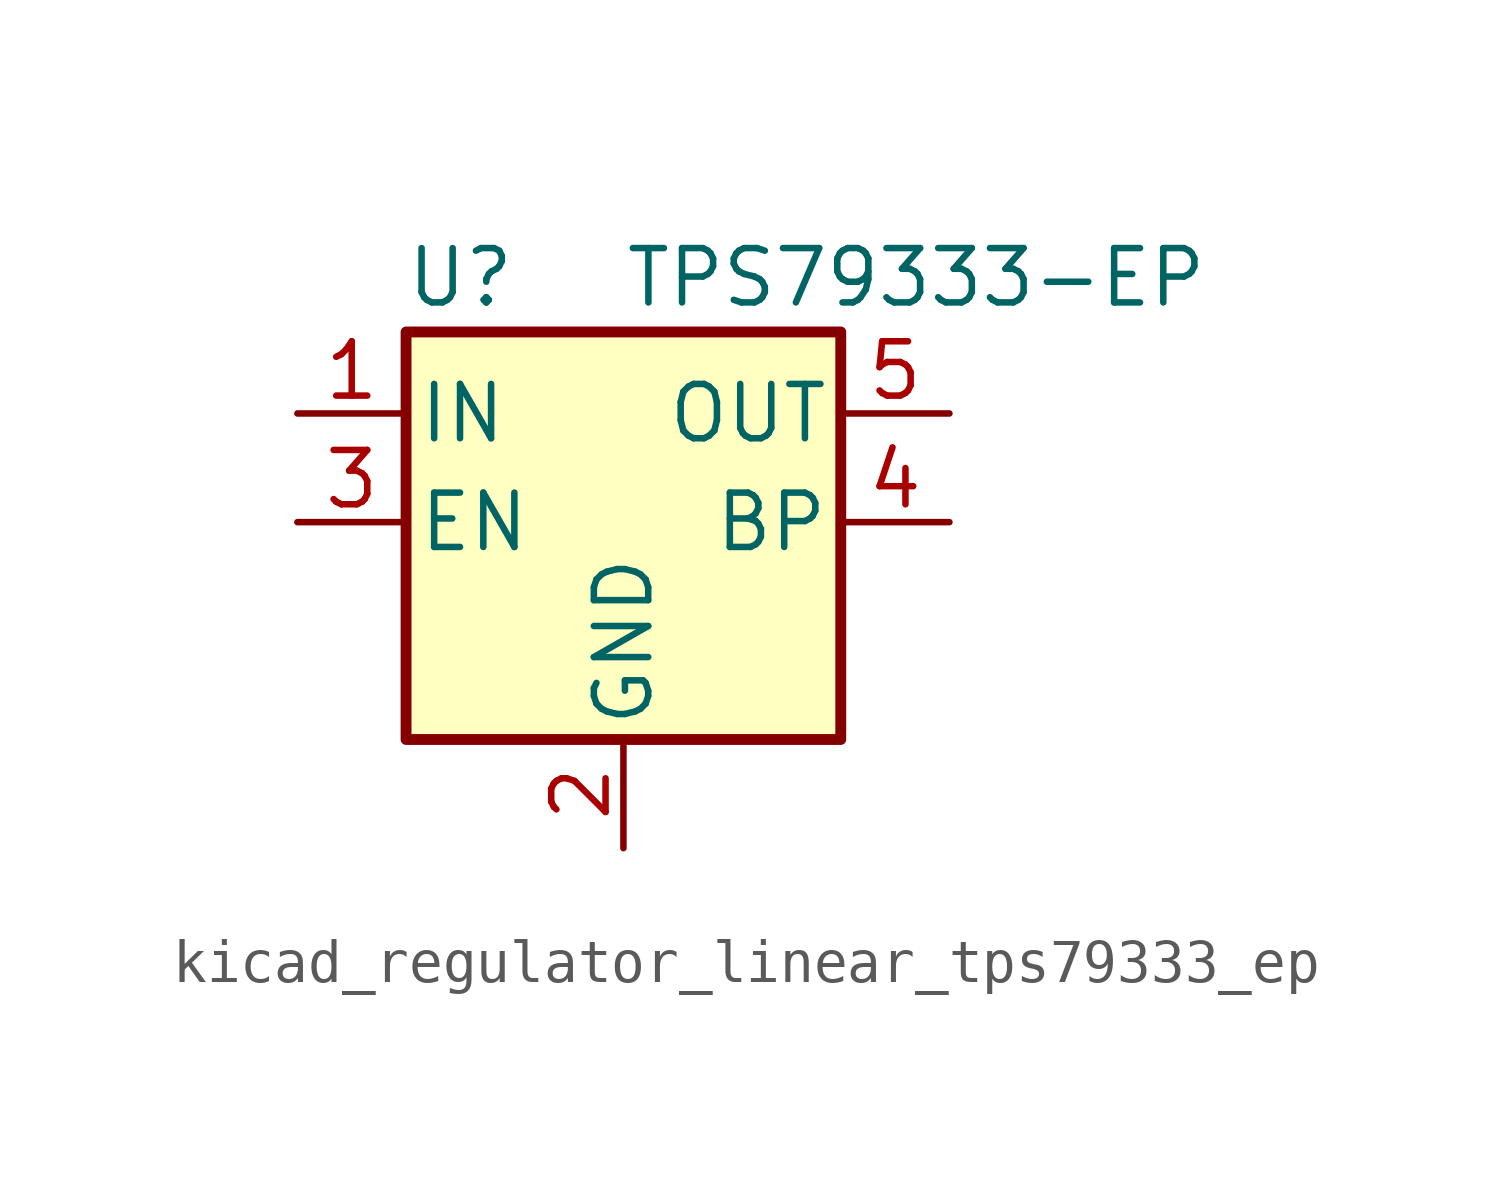
<source format=kicad_sym>
(kicad_symbol_lib
  (version 20220914)
  (generator kicad_symbol_editor)
  (symbol "kicad_regulator_linear_tps79333_ep"
    (pin_names
      (offset 0.254))
    (property "Reference" "U"
      (at -3.81 5.715 0)
      (effects (font (size 1.27 1.27))))
    (property "Value" "TPS79333-EP"
      (at 0 5.715 0)
      (effects (font (size 1.27 1.27)) (justify left)))
    (symbol "kicad_regulator_linear_tps79333_ep_1_1"
      (rectangle (start 5.08 -5.08) (end -5.08 4.445) (stroke (width 0.254) (type default)) (fill (type background)))
      (pin power_in line (at -7.62 2.54 0) (length 2.54) (name "IN" (effects (font (size 1.27 1.27)))) (number "1" (effects (font (size 1.27 1.27)))))
      (pin power_in line (at 0 -7.62 90) (length 2.54) (name "GND" (effects (font (size 1.27 1.27)))) (number "2" (effects (font (size 1.27 1.27)))))
      (pin input line (at -7.62 0 0) (length 2.54) (name "EN" (effects (font (size 1.27 1.27)))) (number "3" (effects (font (size 1.27 1.27)))))
      (pin bidirectional line (at 7.62 0 180) (length 2.54) (name "BP" (effects (font (size 1.27 1.27)))) (number "4" (effects (font (size 1.27 1.27)))))
      (pin power_out line (at 7.62 2.54 180) (length 2.54) (name "OUT" (effects (font (size 1.27 1.27)))) (number "5" (effects (font (size 1.27 1.27))))))))
</source>
